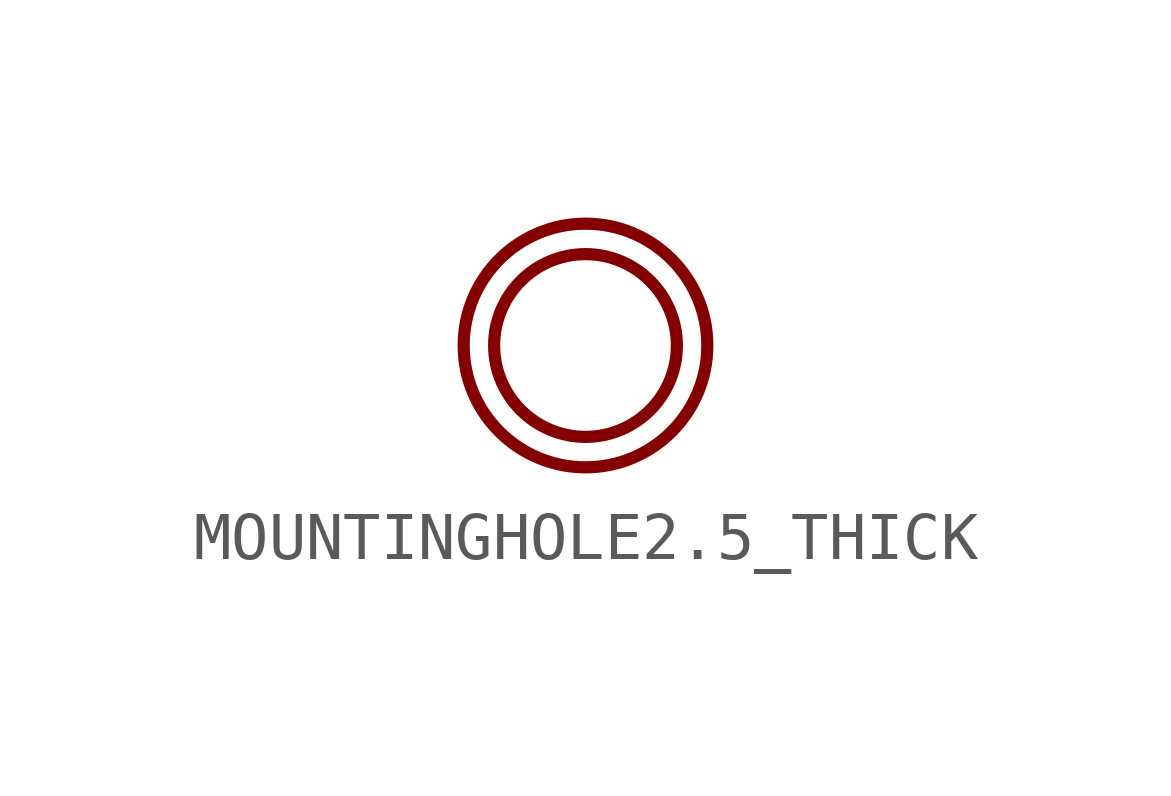
<source format=kicad_sym>
(kicad_symbol_lib
  (version 20211014)
  (generator kicad_symbol_editor)
  (symbol "MOUNTINGHOLE2.5_THICK"
    (property "Reference" ""
      (at 0 0 0)
      (effects (font (size 1.27 1.27)) hide))
    (property "ki_locked" ""
      (at 0 0 0)
      (effects (font (size 1.27 1.27))))
    (symbol "MOUNTINGHOLE2.5_THICK_1_0"
      (circle (center 0 0) (radius 1.905) (stroke (width 0.254) (type default) (color 0 0 0 0)) (fill (type none)))
      (circle (center 0 0) (radius 2.54) (stroke (width 0.254) (type default) (color 0 0 0 0)) (fill (type none))))))
</source>
